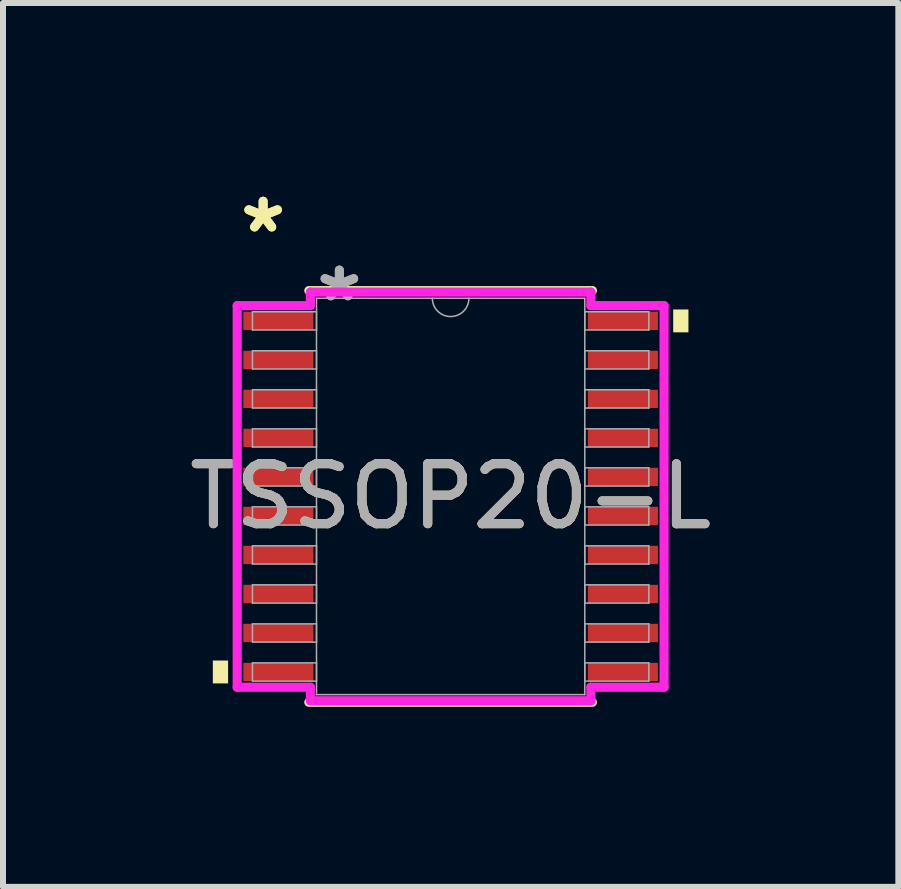
<source format=kicad_pcb>
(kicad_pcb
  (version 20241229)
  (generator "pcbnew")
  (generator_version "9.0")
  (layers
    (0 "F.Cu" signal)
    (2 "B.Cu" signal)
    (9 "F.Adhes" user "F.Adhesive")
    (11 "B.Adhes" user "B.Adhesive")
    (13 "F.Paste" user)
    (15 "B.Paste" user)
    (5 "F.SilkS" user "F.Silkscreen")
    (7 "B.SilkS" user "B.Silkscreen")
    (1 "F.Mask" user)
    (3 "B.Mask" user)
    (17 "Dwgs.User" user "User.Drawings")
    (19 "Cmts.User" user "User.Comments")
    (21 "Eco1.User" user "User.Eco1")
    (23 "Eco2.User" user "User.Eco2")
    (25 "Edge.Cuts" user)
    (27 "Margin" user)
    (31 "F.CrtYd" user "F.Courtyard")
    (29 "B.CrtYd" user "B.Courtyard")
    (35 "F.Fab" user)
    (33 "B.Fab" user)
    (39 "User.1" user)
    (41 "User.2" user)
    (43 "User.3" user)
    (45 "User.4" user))
  (footprint "TSSOP20-L"
    (layer "F.Cu")
    (at 4.458 5.221)
    (property "Reference" "TSSOP20-L" (at 0 0 0) (unlocked yes) (layer "F.SilkS") (effects (font (size 1 1) (thickness 0.15))))
    (attr smd)
    (fp_line (start -2.362 3.429) (end 2.362 3.429) (stroke (width 0.152) (type solid)) (layer "F.SilkS"))
    (fp_line (start 2.362 -3.429) (end -2.362 -3.429) (stroke (width 0.152) (type solid)) (layer "F.SilkS"))
    (fp_poly (pts (xy -3.962 2.734) (xy -3.962 3.115) (xy -3.708 3.115) (xy -3.708 2.734)) (stroke (width 0) (type solid)) (fill yes) (layer "F.SilkS"))
    (fp_poly (pts (xy 3.962 -3.115) (xy 3.962 -2.734) (xy 3.708 -2.734) (xy 3.708 -3.115)) (stroke (width 0) (type solid)) (fill yes) (layer "F.SilkS"))
    (fp_line (start -3.556 -3.179) (end -2.337 -3.179) (stroke (width 0.152) (type solid)) (layer "F.CrtYd"))
    (fp_line (start -3.556 3.179) (end -3.556 -3.179) (stroke (width 0.152) (type solid)) (layer "F.CrtYd"))
    (fp_line (start -3.556 3.179) (end -2.337 3.179) (stroke (width 0.152) (type solid)) (layer "F.CrtYd"))
    (fp_line (start -2.337 -3.404) (end 2.337 -3.404) (stroke (width 0.152) (type solid)) (layer "F.CrtYd"))
    (fp_line (start -2.337 -3.179) (end -2.337 -3.404) (stroke (width 0.152) (type solid)) (layer "F.CrtYd"))
    (fp_line (start -2.337 3.404) (end -2.337 3.179) (stroke (width 0.152) (type solid)) (layer "F.CrtYd"))
    (fp_line (start 2.337 -3.404) (end 2.337 -3.179) (stroke (width 0.152) (type solid)) (layer "F.CrtYd"))
    (fp_line (start 2.337 3.179) (end 2.337 3.404) (stroke (width 0.152) (type solid)) (layer "F.CrtYd"))
    (fp_line (start 2.337 3.404) (end -2.337 3.404) (stroke (width 0.152) (type solid)) (layer "F.CrtYd"))
    (fp_line (start 3.556 -3.179) (end 2.337 -3.179) (stroke (width 0.152) (type solid)) (layer "F.CrtYd"))
    (fp_line (start 3.556 -3.179) (end 3.556 3.179) (stroke (width 0.152) (type solid)) (layer "F.CrtYd"))
    (fp_line (start 3.556 3.179) (end 2.337 3.179) (stroke (width 0.152) (type solid)) (layer "F.CrtYd"))
    (fp_line (start -3.302 -3.077) (end -3.302 -2.773) (stroke (width 0.025) (type solid)) (layer "F.Fab"))
    (fp_line (start -3.302 -2.773) (end -2.235 -2.773) (stroke (width 0.025) (type solid)) (layer "F.Fab"))
    (fp_line (start -3.302 -2.427) (end -3.302 -2.123) (stroke (width 0.025) (type solid)) (layer "F.Fab"))
    (fp_line (start -3.302 -2.123) (end -2.235 -2.123) (stroke (width 0.025) (type solid)) (layer "F.Fab"))
    (fp_line (start -3.302 -1.777) (end -3.302 -1.473) (stroke (width 0.025) (type solid)) (layer "F.Fab"))
    (fp_line (start -3.302 -1.473) (end -2.235 -1.473) (stroke (width 0.025) (type solid)) (layer "F.Fab"))
    (fp_line (start -3.302 -1.127) (end -3.302 -0.823) (stroke (width 0.025) (type solid)) (layer "F.Fab"))
    (fp_line (start -3.302 -0.823) (end -2.235 -0.823) (stroke (width 0.025) (type solid)) (layer "F.Fab"))
    (fp_line (start -3.302 -0.477) (end -3.302 -0.173) (stroke (width 0.025) (type solid)) (layer "F.Fab"))
    (fp_line (start -3.302 -0.173) (end -2.235 -0.173) (stroke (width 0.025) (type solid)) (layer "F.Fab"))
    (fp_line (start -3.302 0.173) (end -3.302 0.477) (stroke (width 0.025) (type solid)) (layer "F.Fab"))
    (fp_line (start -3.302 0.477) (end -2.235 0.477) (stroke (width 0.025) (type solid)) (layer "F.Fab"))
    (fp_line (start -3.302 0.823) (end -3.302 1.127) (stroke (width 0.025) (type solid)) (layer "F.Fab"))
    (fp_line (start -3.302 1.127) (end -2.235 1.127) (stroke (width 0.025) (type solid)) (layer "F.Fab"))
    (fp_line (start -3.302 1.473) (end -3.302 1.777) (stroke (width 0.025) (type solid)) (layer "F.Fab"))
    (fp_line (start -3.302 1.777) (end -2.235 1.777) (stroke (width 0.025) (type solid)) (layer "F.Fab"))
    (fp_line (start -3.302 2.123) (end -3.302 2.427) (stroke (width 0.025) (type solid)) (layer "F.Fab"))
    (fp_line (start -3.302 2.427) (end -2.235 2.427) (stroke (width 0.025) (type solid)) (layer "F.Fab"))
    (fp_line (start -3.302 2.773) (end -3.302 3.077) (stroke (width 0.025) (type solid)) (layer "F.Fab"))
    (fp_line (start -3.302 3.077) (end -2.235 3.077) (stroke (width 0.025) (type solid)) (layer "F.Fab"))
    (fp_line (start -2.235 -3.302) (end -2.235 3.302) (stroke (width 0.025) (type solid)) (layer "F.Fab"))
    (fp_line (start -2.235 -3.077) (end -3.302 -3.077) (stroke (width 0.025) (type solid)) (layer "F.Fab"))
    (fp_line (start -2.235 -2.773) (end -2.235 -3.077) (stroke (width 0.025) (type solid)) (layer "F.Fab"))
    (fp_line (start -2.235 -2.427) (end -3.302 -2.427) (stroke (width 0.025) (type solid)) (layer "F.Fab"))
    (fp_line (start -2.235 -2.123) (end -2.235 -2.427) (stroke (width 0.025) (type solid)) (layer "F.Fab"))
    (fp_line (start -2.235 -1.777) (end -3.302 -1.777) (stroke (width 0.025) (type solid)) (layer "F.Fab"))
    (fp_line (start -2.235 -1.473) (end -2.235 -1.777) (stroke (width 0.025) (type solid)) (layer "F.Fab"))
    (fp_line (start -2.235 -1.127) (end -3.302 -1.127) (stroke (width 0.025) (type solid)) (layer "F.Fab"))
    (fp_line (start -2.235 -0.823) (end -2.235 -1.127) (stroke (width 0.025) (type solid)) (layer "F.Fab"))
    (fp_line (start -2.235 -0.477) (end -3.302 -0.477) (stroke (width 0.025) (type solid)) (layer "F.Fab"))
    (fp_line (start -2.235 -0.173) (end -2.235 -0.477) (stroke (width 0.025) (type solid)) (layer "F.Fab"))
    (fp_line (start -2.235 0.173) (end -3.302 0.173) (stroke (width 0.025) (type solid)) (layer "F.Fab"))
    (fp_line (start -2.235 0.477) (end -2.235 0.173) (stroke (width 0.025) (type solid)) (layer "F.Fab"))
    (fp_line (start -2.235 0.823) (end -3.302 0.823) (stroke (width 0.025) (type solid)) (layer "F.Fab"))
    (fp_line (start -2.235 1.127) (end -2.235 0.823) (stroke (width 0.025) (type solid)) (layer "F.Fab"))
    (fp_line (start -2.235 1.473) (end -3.302 1.473) (stroke (width 0.025) (type solid)) (layer "F.Fab"))
    (fp_line (start -2.235 1.777) (end -2.235 1.473) (stroke (width 0.025) (type solid)) (layer "F.Fab"))
    (fp_line (start -2.235 2.123) (end -3.302 2.123) (stroke (width 0.025) (type solid)) (layer "F.Fab"))
    (fp_line (start -2.235 2.427) (end -2.235 2.123) (stroke (width 0.025) (type solid)) (layer "F.Fab"))
    (fp_line (start -2.235 2.773) (end -3.302 2.773) (stroke (width 0.025) (type solid)) (layer "F.Fab"))
    (fp_line (start -2.235 3.077) (end -2.235 2.773) (stroke (width 0.025) (type solid)) (layer "F.Fab"))
    (fp_line (start -2.235 3.302) (end 2.235 3.302) (stroke (width 0.025) (type solid)) (layer "F.Fab"))
    (fp_line (start 2.235 -3.302) (end -2.235 -3.302) (stroke (width 0.025) (type solid)) (layer "F.Fab"))
    (fp_line (start 2.235 -3.077) (end 2.235 -2.773) (stroke (width 0.025) (type solid)) (layer "F.Fab"))
    (fp_line (start 2.235 -2.773) (end 3.302 -2.773) (stroke (width 0.025) (type solid)) (layer "F.Fab"))
    (fp_line (start 2.235 -2.427) (end 2.235 -2.123) (stroke (width 0.025) (type solid)) (layer "F.Fab"))
    (fp_line (start 2.235 -2.123) (end 3.302 -2.123) (stroke (width 0.025) (type solid)) (layer "F.Fab"))
    (fp_line (start 2.235 -1.777) (end 2.235 -1.473) (stroke (width 0.025) (type solid)) (layer "F.Fab"))
    (fp_line (start 2.235 -1.473) (end 3.302 -1.473) (stroke (width 0.025) (type solid)) (layer "F.Fab"))
    (fp_line (start 2.235 -1.127) (end 2.235 -0.823) (stroke (width 0.025) (type solid)) (layer "F.Fab"))
    (fp_line (start 2.235 -0.823) (end 3.302 -0.823) (stroke (width 0.025) (type solid)) (layer "F.Fab"))
    (fp_line (start 2.235 -0.477) (end 2.235 -0.173) (stroke (width 0.025) (type solid)) (layer "F.Fab"))
    (fp_line (start 2.235 -0.173) (end 3.302 -0.173) (stroke (width 0.025) (type solid)) (layer "F.Fab"))
    (fp_line (start 2.235 0.173) (end 2.235 0.477) (stroke (width 0.025) (type solid)) (layer "F.Fab"))
    (fp_line (start 2.235 0.477) (end 3.302 0.477) (stroke (width 0.025) (type solid)) (layer "F.Fab"))
    (fp_line (start 2.235 0.823) (end 2.235 1.127) (stroke (width 0.025) (type solid)) (layer "F.Fab"))
    (fp_line (start 2.235 1.127) (end 3.302 1.127) (stroke (width 0.025) (type solid)) (layer "F.Fab"))
    (fp_line (start 2.235 1.473) (end 2.235 1.777) (stroke (width 0.025) (type solid)) (layer "F.Fab"))
    (fp_line (start 2.235 1.777) (end 3.302 1.777) (stroke (width 0.025) (type solid)) (layer "F.Fab"))
    (fp_line (start 2.235 2.123) (end 2.235 2.427) (stroke (width 0.025) (type solid)) (layer "F.Fab"))
    (fp_line (start 2.235 2.427) (end 3.302 2.427) (stroke (width 0.025) (type solid)) (layer "F.Fab"))
    (fp_line (start 2.235 2.773) (end 2.235 3.077) (stroke (width 0.025) (type solid)) (layer "F.Fab"))
    (fp_line (start 2.235 3.077) (end 3.302 3.077) (stroke (width 0.025) (type solid)) (layer "F.Fab"))
    (fp_line (start 2.235 3.302) (end 2.235 -3.302) (stroke (width 0.025) (type solid)) (layer "F.Fab"))
    (fp_line (start 3.302 -3.077) (end 2.235 -3.077) (stroke (width 0.025) (type solid)) (layer "F.Fab"))
    (fp_line (start 3.302 -2.773) (end 3.302 -3.077) (stroke (width 0.025) (type solid)) (layer "F.Fab"))
    (fp_line (start 3.302 -2.427) (end 2.235 -2.427) (stroke (width 0.025) (type solid)) (layer "F.Fab"))
    (fp_line (start 3.302 -2.123) (end 3.302 -2.427) (stroke (width 0.025) (type solid)) (layer "F.Fab"))
    (fp_line (start 3.302 -1.777) (end 2.235 -1.777) (stroke (width 0.025) (type solid)) (layer "F.Fab"))
    (fp_line (start 3.302 -1.473) (end 3.302 -1.777) (stroke (width 0.025) (type solid)) (layer "F.Fab"))
    (fp_line (start 3.302 -1.127) (end 2.235 -1.127) (stroke (width 0.025) (type solid)) (layer "F.Fab"))
    (fp_line (start 3.302 -0.823) (end 3.302 -1.127) (stroke (width 0.025) (type solid)) (layer "F.Fab"))
    (fp_line (start 3.302 -0.477) (end 2.235 -0.477) (stroke (width 0.025) (type solid)) (layer "F.Fab"))
    (fp_line (start 3.302 -0.173) (end 3.302 -0.477) (stroke (width 0.025) (type solid)) (layer "F.Fab"))
    (fp_line (start 3.302 0.173) (end 2.235 0.173) (stroke (width 0.025) (type solid)) (layer "F.Fab"))
    (fp_line (start 3.302 0.477) (end 3.302 0.173) (stroke (width 0.025) (type solid)) (layer "F.Fab"))
    (fp_line (start 3.302 0.823) (end 2.235 0.823) (stroke (width 0.025) (type solid)) (layer "F.Fab"))
    (fp_line (start 3.302 1.127) (end 3.302 0.823) (stroke (width 0.025) (type solid)) (layer "F.Fab"))
    (fp_line (start 3.302 1.473) (end 2.235 1.473) (stroke (width 0.025) (type solid)) (layer "F.Fab"))
    (fp_line (start 3.302 1.777) (end 3.302 1.473) (stroke (width 0.025) (type solid)) (layer "F.Fab"))
    (fp_line (start 3.302 2.123) (end 2.235 2.123) (stroke (width 0.025) (type solid)) (layer "F.Fab"))
    (fp_line (start 3.302 2.427) (end 3.302 2.123) (stroke (width 0.025) (type solid)) (layer "F.Fab"))
    (fp_line (start 3.302 2.773) (end 2.235 2.773) (stroke (width 0.025) (type solid)) (layer "F.Fab"))
    (fp_line (start 3.302 3.077) (end 3.302 2.773) (stroke (width 0.025) (type solid)) (layer "F.Fab"))
    (fp_arc (start 0.3048 -3.302) (mid 0 -2.9972) (end -0.3048 -3.302) (stroke (width 0.0254) (type solid)) (layer "F.Fab"))
    (fp_text user "*" (at -3.124 -4.373 0) (unlocked yes) (layer "F.SilkS") (effects (font (size 1 1) (thickness 0.15))))
    (fp_text user "*" (at -3.124 -4.373 0) (layer "F.SilkS") (effects (font (size 1 1) (thickness 0.15))))
    (fp_text user "${REFERENCE}" (at 0 0 0) (unlocked yes) (layer "F.Fab") (effects (font (size 1 1) (thickness 0.15))))
    (fp_text user "*" (at -1.854 -3.226 0) (unlocked yes) (layer "F.Fab") (effects (font (size 1 1) (thickness 0.15))))
    (fp_text user "*" (at -1.854 -3.226 0) (layer "F.Fab") (effects (font (size 1 1) (thickness 0.15))))
    (pad "1" smd rect (at -2.87 -2.925) (size 1.168 0.305) (layers "F.Cu" "F.Mask" "F.Paste"))
    (pad "2" smd rect (at -2.87 -2.275) (size 1.168 0.305) (layers "F.Cu" "F.Mask" "F.Paste"))
    (pad "3" smd rect (at -2.87 -1.625) (size 1.168 0.305) (layers "F.Cu" "F.Mask" "F.Paste"))
    (pad "4" smd rect (at -2.87 -0.975) (size 1.168 0.305) (layers "F.Cu" "F.Mask" "F.Paste"))
    (pad "5" smd rect (at -2.87 -0.325) (size 1.168 0.305) (layers "F.Cu" "F.Mask" "F.Paste"))
    (pad "6" smd rect (at -2.87 0.325) (size 1.168 0.305) (layers "F.Cu" "F.Mask" "F.Paste"))
    (pad "7" smd rect (at -2.87 0.975) (size 1.168 0.305) (layers "F.Cu" "F.Mask" "F.Paste"))
    (pad "8" smd rect (at -2.87 1.625) (size 1.168 0.305) (layers "F.Cu" "F.Mask" "F.Paste"))
    (pad "9" smd rect (at -2.87 2.275) (size 1.168 0.305) (layers "F.Cu" "F.Mask" "F.Paste"))
    (pad "10" smd rect (at -2.87 2.925) (size 1.168 0.305) (layers "F.Cu" "F.Mask" "F.Paste"))
    (pad "11" smd rect (at 2.87 2.925) (size 1.168 0.305) (layers "F.Cu" "F.Mask" "F.Paste"))
    (pad "12" smd rect (at 2.87 2.275) (size 1.168 0.305) (layers "F.Cu" "F.Mask" "F.Paste"))
    (pad "13" smd rect (at 2.87 1.625) (size 1.168 0.305) (layers "F.Cu" "F.Mask" "F.Paste"))
    (pad "14" smd rect (at 2.87 0.975) (size 1.168 0.305) (layers "F.Cu" "F.Mask" "F.Paste"))
    (pad "15" smd rect (at 2.87 0.325) (size 1.168 0.305) (layers "F.Cu" "F.Mask" "F.Paste"))
    (pad "16" smd rect (at 2.87 -0.325) (size 1.168 0.305) (layers "F.Cu" "F.Mask" "F.Paste"))
    (pad "17" smd rect (at 2.87 -0.975) (size 1.168 0.305) (layers "F.Cu" "F.Mask" "F.Paste"))
    (pad "18" smd rect (at 2.87 -1.625) (size 1.168 0.305) (layers "F.Cu" "F.Mask" "F.Paste"))
    (pad "19" smd rect (at 2.87 -2.275) (size 1.168 0.305) (layers "F.Cu" "F.Mask" "F.Paste"))
    (pad "20" smd rect (at 2.87 -2.925) (size 1.168 0.305) (layers "F.Cu" "F.Mask" "F.Paste")))
  (gr_rect
    (start -3 -3)
    (end 11.917 11.726)
    (stroke (width 0.1) (type default))
    (fill no)
    (layer "Edge.Cuts")))
</source>
